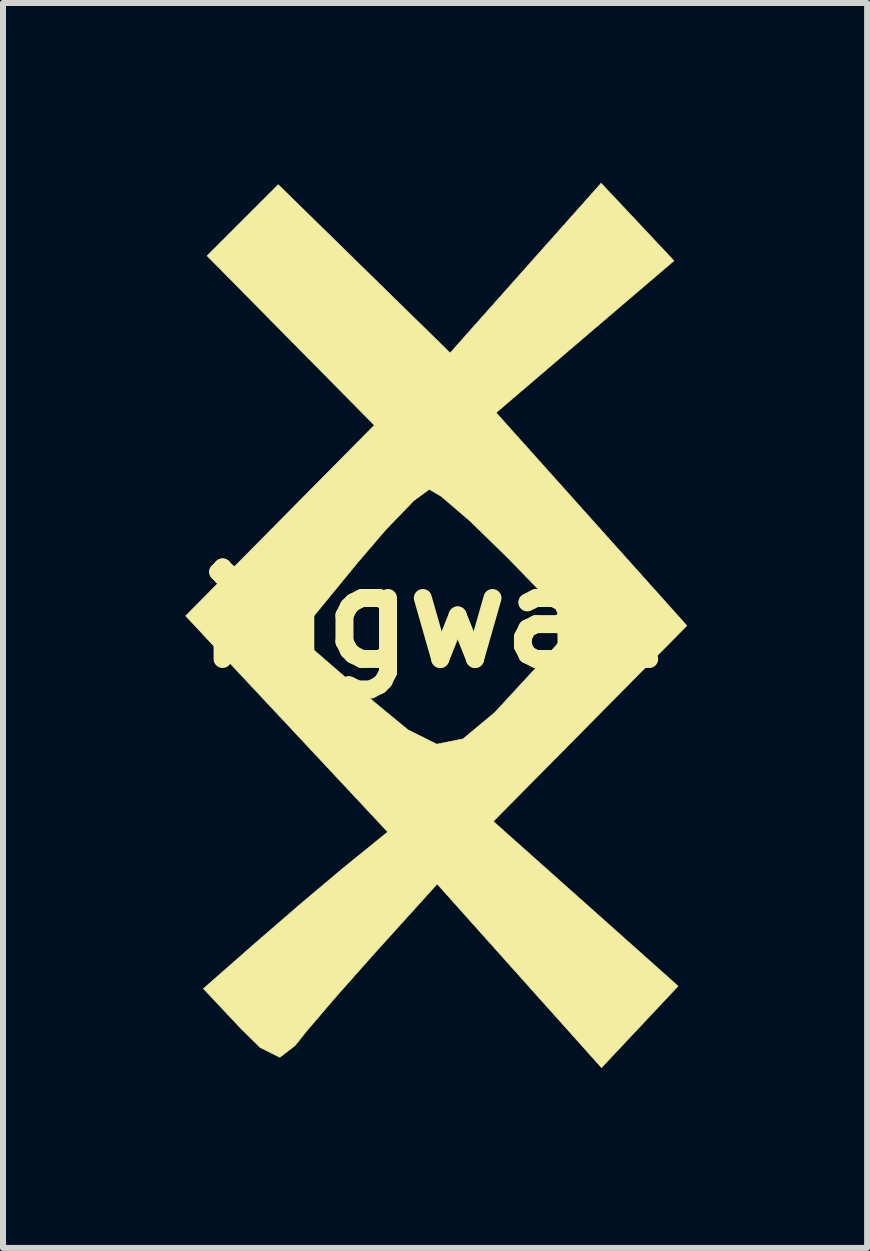
<source format=kicad_pcb>
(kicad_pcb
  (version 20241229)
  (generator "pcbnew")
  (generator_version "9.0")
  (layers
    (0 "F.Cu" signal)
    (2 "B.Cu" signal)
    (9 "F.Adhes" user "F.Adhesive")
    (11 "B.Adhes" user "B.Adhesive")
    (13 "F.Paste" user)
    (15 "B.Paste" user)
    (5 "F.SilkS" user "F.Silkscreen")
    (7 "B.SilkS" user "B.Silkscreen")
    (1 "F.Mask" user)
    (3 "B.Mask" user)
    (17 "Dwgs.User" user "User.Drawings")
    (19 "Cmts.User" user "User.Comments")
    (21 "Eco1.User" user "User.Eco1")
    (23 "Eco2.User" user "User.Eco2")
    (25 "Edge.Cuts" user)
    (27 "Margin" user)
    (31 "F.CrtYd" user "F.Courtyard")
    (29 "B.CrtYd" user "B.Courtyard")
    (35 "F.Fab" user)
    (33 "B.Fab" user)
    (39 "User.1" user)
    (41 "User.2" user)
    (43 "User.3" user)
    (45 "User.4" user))
  (footprint "ingwaz"
    (layer "F.Cu")
    (at 4.144 7.246)
    (property "Reference" "ingwaz" (at 0 0 0) (layer "F.SilkS") (effects (font (size 1.524 1.524) (thickness 0.3))))
    (attr through_hole)
    (fp_poly (pts (xy 3.434 -6.595) (xy 4.041 -5.949) (xy 2.558 -4.683) (xy 1.076 -3.416) (xy 2.666 -1.641) (xy 4.256 0.134) (xy 2.643 1.765) (xy 1.029 3.397) (xy 2.57 4.77) (xy 4.11 6.143) (xy 2.833 7.502) (xy 1.463 5.971) (xy 0.094 4.44) (xy -0.953 5.598) (xy -1.574 6.298) (xy -2.073 6.881) (xy -2.277 7.136) (xy -2.529 7.33) (xy -2.858 7.166) (xy -3.178 6.85) (xy -3.803 6.185) (xy -2.891 5.385) (xy -2.169 4.761) (xy -1.499 4.197) (xy -1.355 4.079) (xy -0.73 3.573) (xy -2.414 1.772) (xy -3.787 0.305) (xy -2.234 0.305) (xy -1.05 1.33) (xy -0.393 1.871) (xy 0.087 2.11) (xy 0.525 2.022) (xy 1.054 1.582) (xy 1.773 0.802) (xy 2.372 0.134) (xy 1.264 -1.003) (xy 0.642 -1.61) (xy 0.161 -2.022) (xy -0.038 -2.139) (xy -0.298 -1.948) (xy -0.774 -1.453) (xy -1.233 -0.917) (xy -2.234 0.305) (xy -3.787 0.305) (xy -4.099 -0.029) (xy -2.526 -1.618) (xy -0.953 -3.208) (xy -2.348 -4.62) (xy -3.742 -6.032) (xy -3.149 -6.625) (xy -2.556 -7.218) (xy -1.123 -5.815) (xy 0.31 -4.412) (xy 1.568 -5.827) (xy 2.827 -7.241) (xy 3.434 -6.595)) (stroke (width 0.01) (type solid)) (fill yes) (layer "F.SilkS")))
  (gr_rect
    (start -3 -3)
    (end 11.405 17.754)
    (stroke (width 0.1) (type default))
    (fill no)
    (layer "Edge.Cuts")))
</source>
